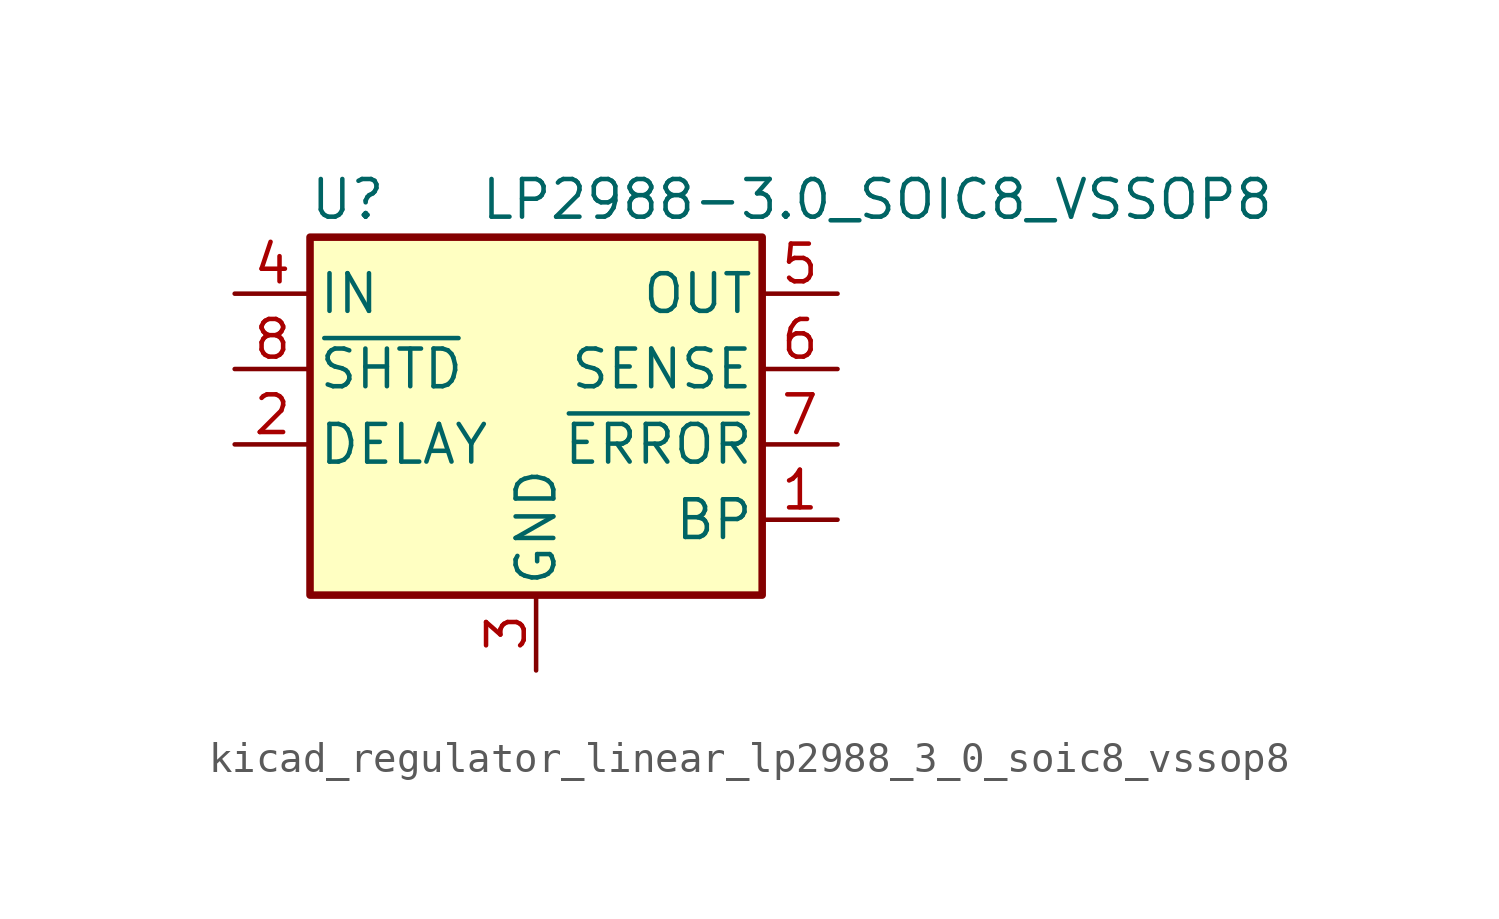
<source format=kicad_sym>
(kicad_symbol_lib
  (version 20220914)
  (generator kicad_symbol_editor)
  (symbol "kicad_regulator_linear_lp2988_3_0_soic8_vssop8"
    (pin_names
      (offset 0.254))
    (property "Reference" "U"
      (at -6.35 5.715 0)
      (effects (font (size 1.27 1.27))))
    (property "Value" "LP2988-3.0_SOIC8_VSSOP8"
      (at -1.905 5.715 0)
      (effects (font (size 1.27 1.27)) (justify left)))
    (symbol "kicad_regulator_linear_lp2988_3_0_soic8_vssop8_0_1"
      (rectangle (start -7.62 4.445) (end 7.62 -7.62) (stroke (width 0.254) (type default)) (fill (type background))))
    (symbol "kicad_regulator_linear_lp2988_3_0_soic8_vssop8_1_1"
      (pin passive line (at 10.16 -5.08 180) (length 2.54) (name "BP" (effects (font (size 1.27 1.27)))) (number "1" (effects (font (size 1.27 1.27)))))
      (pin passive line (at -10.16 -2.54 0) (length 2.54) (name "DELAY" (effects (font (size 1.27 1.27)))) (number "2" (effects (font (size 1.27 1.27)))))
      (pin power_in line (at 0 -10.16 90) (length 2.54) (name "GND" (effects (font (size 1.27 1.27)))) (number "3" (effects (font (size 1.27 1.27)))))
      (pin power_in line (at -10.16 2.54 0) (length 2.54) (name "IN" (effects (font (size 1.27 1.27)))) (number "4" (effects (font (size 1.27 1.27)))))
      (pin power_out line (at 10.16 2.54 180) (length 2.54) (name "OUT" (effects (font (size 1.27 1.27)))) (number "5" (effects (font (size 1.27 1.27)))))
      (pin input line (at 10.16 0 180) (length 2.54) (name "SENSE" (effects (font (size 1.27 1.27)))) (number "6" (effects (font (size 1.27 1.27)))))
      (pin output line (at 10.16 -2.54 180) (length 2.54) (name "~{ERROR}" (effects (font (size 1.27 1.27)))) (number "7" (effects (font (size 1.27 1.27)))))
      (pin input line (at -10.16 0 0) (length 2.54) (name "~{SHTD}" (effects (font (size 1.27 1.27)))) (number "8" (effects (font (size 1.27 1.27))))))))
</source>
